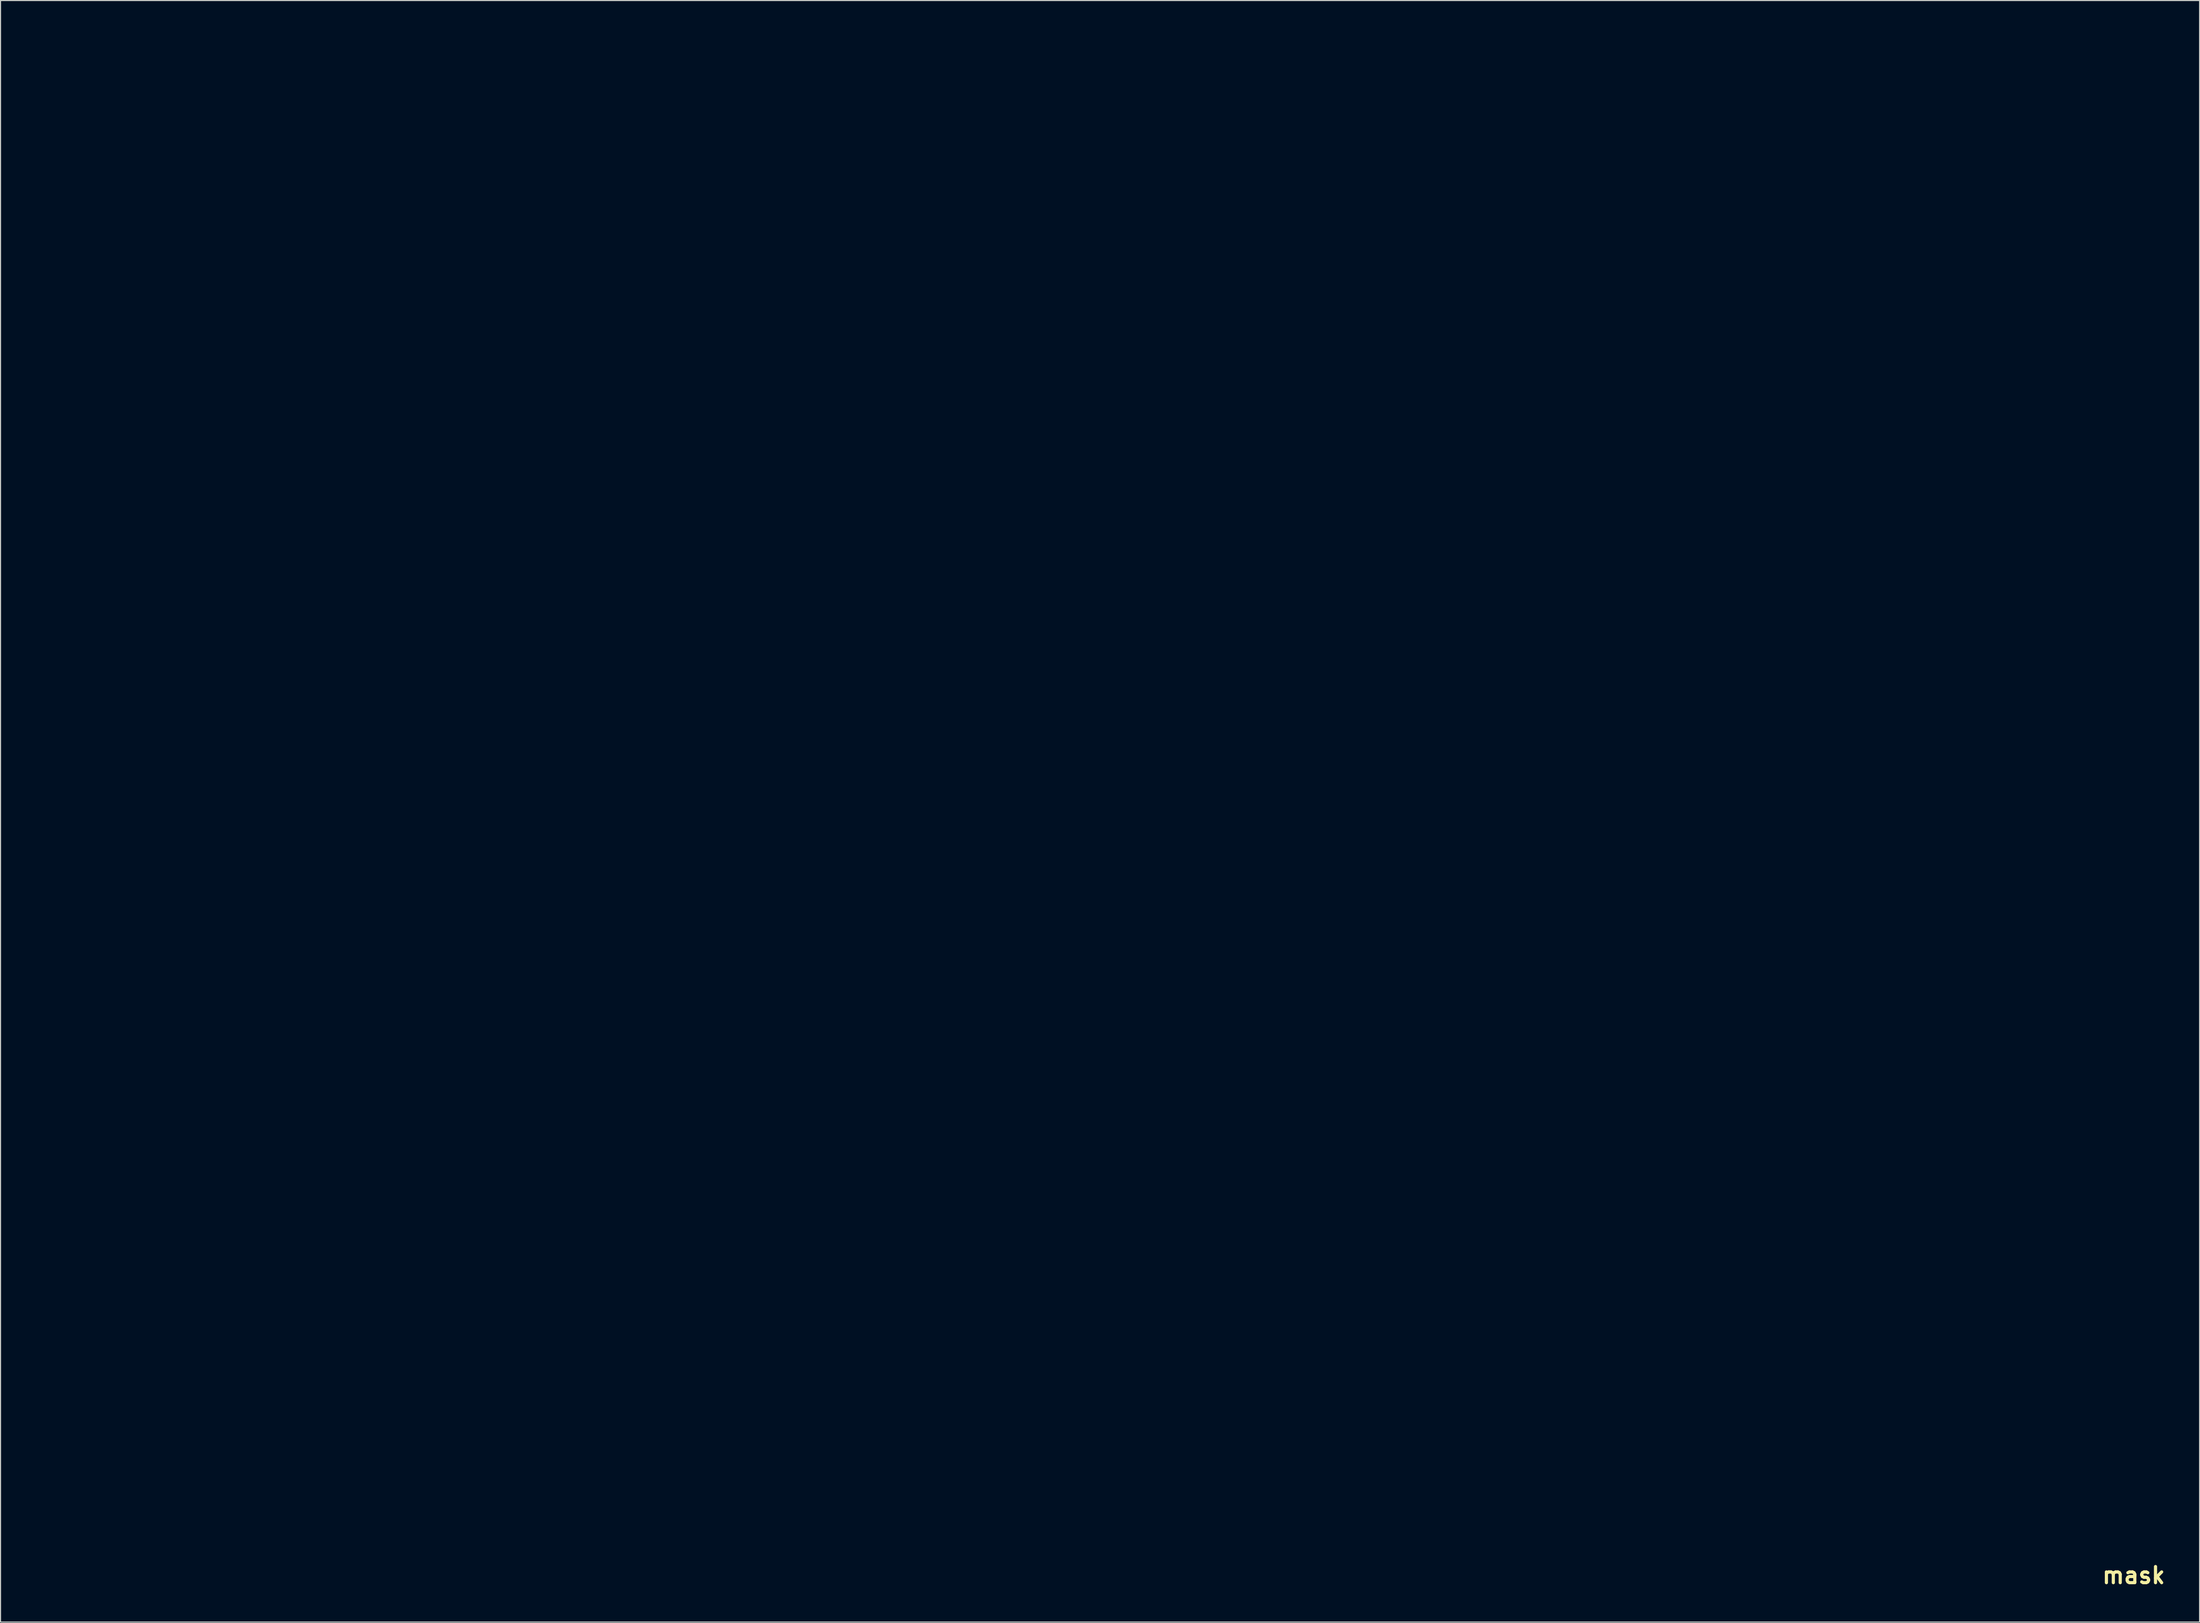
<source format=kicad_pcb>
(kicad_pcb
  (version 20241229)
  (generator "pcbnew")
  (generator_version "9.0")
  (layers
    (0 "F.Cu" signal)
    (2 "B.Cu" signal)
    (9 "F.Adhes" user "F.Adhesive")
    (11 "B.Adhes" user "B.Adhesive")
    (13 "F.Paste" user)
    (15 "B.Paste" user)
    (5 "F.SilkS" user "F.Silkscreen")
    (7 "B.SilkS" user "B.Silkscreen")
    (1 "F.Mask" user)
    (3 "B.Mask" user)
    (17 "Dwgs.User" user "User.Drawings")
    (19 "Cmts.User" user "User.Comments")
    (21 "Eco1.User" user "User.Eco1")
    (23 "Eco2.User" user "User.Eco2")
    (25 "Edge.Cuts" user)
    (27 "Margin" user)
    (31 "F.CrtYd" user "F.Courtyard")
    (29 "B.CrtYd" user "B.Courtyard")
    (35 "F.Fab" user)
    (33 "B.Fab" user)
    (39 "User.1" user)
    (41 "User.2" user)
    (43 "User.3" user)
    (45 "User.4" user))
  (footprint "mask"
    (layer "F.Cu")
    (at 198.776 146)
    (property "Reference" "mask" (at 0 0 0) (layer "F.SilkS") (effects (font (size 1.524 1.524) (thickness 0.3))))
    (attr through_hole)
    (fp_poly (pts (xy -160.564 -145.995) (xy -160.37 -145.991) (xy -160.201 -145.983) (xy -160.049 -145.971) (xy -159.907 -145.953) (xy -159.765 -145.929) (xy -159.616 -145.897) (xy -159.492 -145.867) (xy -159.288 -145.813) (xy -159.091 -145.752) (xy -158.896 -145.681) (xy -158.699 -145.599) (xy -158.497 -145.504) (xy -158.286 -145.394) (xy -158.063 -145.267) (xy -157.822 -145.12) (xy -157.561 -144.952) (xy -157.276 -144.761) (xy -156.962 -144.545) (xy -156.94 -144.529) (xy -156.626 -144.314) (xy -156.339 -144.126) (xy -156.075 -143.963) (xy -155.829 -143.824) (xy -155.598 -143.706) (xy -155.378 -143.607) (xy -155.164 -143.526) (xy -154.954 -143.459) (xy -154.742 -143.406) (xy -154.727 -143.403) (xy -154.568 -143.376) (xy -154.387 -143.359) (xy -154.197 -143.351) (xy -154.009 -143.352) (xy -153.835 -143.364) (xy -153.688 -143.385) (xy -153.659 -143.391) (xy -153.478 -143.441) (xy -153.304 -143.506) (xy -153.15 -143.578) (xy -153.065 -143.629) (xy -152.943 -143.725) (xy -152.814 -143.854) (xy -152.684 -144.009) (xy -152.56 -144.184) (xy -152.552 -144.197) (xy -152.498 -144.28) (xy -152.453 -144.349) (xy -152.422 -144.396) (xy -152.41 -144.416) (xy -152.41 -144.416) (xy -152.388 -144.414) (xy -152.332 -144.406) (xy -152.248 -144.392) (xy -152.144 -144.373) (xy -152.027 -144.351) (xy -151.902 -144.327) (xy -151.778 -144.302) (xy -151.662 -144.278) (xy -151.559 -144.257) (xy -151.478 -144.239) (xy -151.44 -144.229) (xy -151.317 -144.192) (xy -151.191 -144.147) (xy -151.07 -144.097) (xy -150.964 -144.045) (xy -150.881 -143.997) (xy -150.831 -143.957) (xy -150.775 -143.874) (xy -150.728 -143.765) (xy -150.696 -143.648) (xy -150.686 -143.546) (xy -150.693 -143.436) (xy -150.715 -143.324) (xy -150.755 -143.205) (xy -150.814 -143.074) (xy -150.896 -142.925) (xy -151.002 -142.753) (xy -151.082 -142.632) (xy -151.271 -142.359) (xy -151.452 -142.12) (xy -151.632 -141.908) (xy -151.815 -141.716) (xy -152.008 -141.537) (xy -152.083 -141.473) (xy -152.411 -141.222) (xy -152.754 -141.004) (xy -153.108 -140.821) (xy -153.468 -140.676) (xy -153.803 -140.578) (xy -154.02 -140.533) (xy -154.253 -140.5) (xy -154.509 -140.477) (xy -154.795 -140.465) (xy -155.046 -140.462) (xy -155.466 -140.473) (xy -155.856 -140.505) (xy -156.223 -140.561) (xy -156.574 -140.642) (xy -156.915 -140.749) (xy -157.173 -140.848) (xy -157.296 -140.898) (xy -157.386 -140.933) (xy -157.449 -140.955) (xy -157.49 -140.964) (xy -157.515 -140.963) (xy -157.53 -140.953) (xy -157.534 -140.948) (xy -157.545 -140.915) (xy -157.56 -140.853) (xy -157.574 -140.777) (xy -157.599 -140.633) (xy -157.492 -140.611) (xy -157.434 -140.599) (xy -157.345 -140.581) (xy -157.234 -140.559) (xy -157.111 -140.534) (xy -157.036 -140.519) (xy -156.686 -140.45) (xy -156.673 -140.249) (xy -156.669 -140.18) (xy -156.666 -140.075) (xy -156.663 -139.94) (xy -156.66 -139.784) (xy -156.657 -139.612) (xy -156.655 -139.43) (xy -156.654 -139.308) (xy -156.652 -139.091) (xy -156.65 -138.849) (xy -156.647 -138.595) (xy -156.643 -138.342) (xy -156.64 -138.103) (xy -156.636 -137.892) (xy -156.636 -137.87) (xy -156.623 -137.173) (xy -156.062 -136.837) (xy -155.906 -136.743) (xy -155.747 -136.647) (xy -155.593 -136.554) (xy -155.451 -136.468) (xy -155.33 -136.393) (xy -155.237 -136.335) (xy -155.229 -136.331) (xy -154.958 -136.161) (xy -154.605 -136.282) (xy -154.522 -136.311) (xy -154.404 -136.352) (xy -154.255 -136.404) (xy -154.08 -136.466) (xy -153.883 -136.535) (xy -153.669 -136.61) (xy -153.443 -136.689) (xy -153.209 -136.772) (xy -152.972 -136.855) (xy -152.942 -136.866) (xy -152.716 -136.946) (xy -152.503 -137.021) (xy -152.305 -137.091) (xy -152.125 -137.154) (xy -151.967 -137.209) (xy -151.834 -137.255) (xy -151.73 -137.291) (xy -151.658 -137.316) (xy -151.62 -137.328) (xy -151.616 -137.329) (xy -151.602 -137.313) (xy -151.565 -137.264) (xy -151.506 -137.185) (xy -151.427 -137.079) (xy -151.33 -136.948) (xy -151.217 -136.795) (xy -151.089 -136.62) (xy -150.948 -136.427) (xy -150.796 -136.219) (xy -150.633 -135.996) (xy -150.463 -135.763) (xy -150.347 -135.603) (xy -149.093 -133.876) (xy -149.148 -133.82) (xy -149.172 -133.796) (xy -149.225 -133.747) (xy -149.305 -133.675) (xy -149.408 -133.58) (xy -149.532 -133.467) (xy -149.675 -133.338) (xy -149.834 -133.194) (xy -150.006 -133.038) (xy -150.189 -132.872) (xy -150.381 -132.699) (xy -150.387 -132.694) (xy -150.577 -132.522) (xy -150.758 -132.358) (xy -150.927 -132.204) (xy -151.081 -132.063) (xy -151.219 -131.936) (xy -151.338 -131.826) (xy -151.435 -131.735) (xy -151.508 -131.666) (xy -151.555 -131.62) (xy -151.573 -131.6) (xy -151.573 -131.6) (xy -151.569 -131.574) (xy -151.555 -131.513) (xy -151.535 -131.422) (xy -151.508 -131.306) (xy -151.476 -131.17) (xy -151.441 -131.021) (xy -151.403 -130.862) (xy -151.364 -130.7) (xy -151.325 -130.54) (xy -151.288 -130.387) (xy -151.254 -130.246) (xy -151.223 -130.123) (xy -151.198 -130.023) (xy -151.179 -129.951) (xy -151.169 -129.913) (xy -151.167 -129.908) (xy -151.146 -129.9) (xy -151.088 -129.877) (xy -150.997 -129.843) (xy -150.875 -129.796) (xy -150.725 -129.74) (xy -150.55 -129.674) (xy -150.353 -129.601) (xy -150.137 -129.52) (xy -149.906 -129.433) (xy -149.661 -129.342) (xy -149.53 -129.293) (xy -149.279 -129.2) (xy -149.04 -129.11) (xy -148.815 -129.026) (xy -148.607 -128.948) (xy -148.42 -128.878) (xy -148.256 -128.816) (xy -148.119 -128.764) (xy -148.011 -128.723) (xy -147.935 -128.694) (xy -147.894 -128.677) (xy -147.887 -128.674) (xy -147.889 -128.652) (xy -147.897 -128.591) (xy -147.912 -128.496) (xy -147.933 -128.369) (xy -147.959 -128.215) (xy -147.99 -128.036) (xy -148.025 -127.836) (xy -148.063 -127.619) (xy -148.104 -127.388) (xy -148.148 -127.146) (xy -148.193 -126.897) (xy -148.24 -126.645) (xy -148.286 -126.392) (xy -148.333 -126.143) (xy -148.379 -125.9) (xy -148.423 -125.668) (xy -148.432 -125.618) (xy -148.465 -125.448) (xy -148.497 -125.28) (xy -148.528 -125.12) (xy -148.555 -124.978) (xy -148.577 -124.861) (xy -148.593 -124.777) (xy -148.594 -124.772) (xy -148.614 -124.672) (xy -148.63 -124.606) (xy -148.644 -124.568) (xy -148.66 -124.549) (xy -148.68 -124.545) (xy -148.682 -124.545) (xy -148.716 -124.546) (xy -148.786 -124.549) (xy -148.89 -124.553) (xy -149.023 -124.559) (xy -149.181 -124.567) (xy -149.358 -124.575) (xy -149.55 -124.585) (xy -149.753 -124.595) (xy -149.962 -124.605) (xy -150.173 -124.615) (xy -150.381 -124.626) (xy -150.582 -124.636) (xy -150.771 -124.646) (xy -150.944 -124.655) (xy -151.056 -124.661) (xy -151.223 -124.67) (xy -151.389 -124.678) (xy -151.544 -124.687) (xy -151.681 -124.694) (xy -151.791 -124.7) (xy -151.86 -124.703) (xy -152.072 -124.715) (xy -152.209 -124.531) (xy -152.256 -124.468) (xy -152.325 -124.378) (xy -152.411 -124.266) (xy -152.509 -124.137) (xy -152.616 -123.998) (xy -152.728 -123.853) (xy -152.788 -123.775) (xy -152.922 -123.6) (xy -153.032 -123.453) (xy -153.118 -123.335) (xy -153.177 -123.248) (xy -153.211 -123.191) (xy -153.219 -123.168) (xy -153.201 -123.124) (xy -153.162 -123.048) (xy -153.105 -122.943) (xy -153.031 -122.813) (xy -152.943 -122.662) (xy -152.843 -122.492) (xy -152.732 -122.308) (xy -152.613 -122.112) (xy -152.488 -121.909) (xy -152.36 -121.701) (xy -152.229 -121.493) (xy -152.099 -121.288) (xy -151.972 -121.089) (xy -151.93 -121.025) (xy -151.854 -120.906) (xy -151.787 -120.798) (xy -151.733 -120.707) (xy -151.693 -120.638) (xy -151.673 -120.596) (xy -151.67 -120.585) (xy -151.688 -120.57) (xy -151.734 -120.529) (xy -151.807 -120.466) (xy -151.903 -120.383) (xy -152.021 -120.282) (xy -152.156 -120.167) (xy -152.306 -120.038) (xy -152.468 -119.899) (xy -152.639 -119.753) (xy -152.817 -119.601) (xy -152.998 -119.447) (xy -153.18 -119.292) (xy -153.359 -119.139) (xy -153.534 -118.99) (xy -153.7 -118.849) (xy -153.855 -118.717) (xy -153.996 -118.597) (xy -154.121 -118.491) (xy -154.226 -118.402) (xy -154.308 -118.333) (xy -154.366 -118.285) (xy -154.394 -118.262) (xy -154.408 -118.255) (xy -154.429 -118.258) (xy -154.461 -118.272) (xy -154.507 -118.3) (xy -154.572 -118.345) (xy -154.66 -118.409) (xy -154.774 -118.495) (xy -154.855 -118.556) (xy -154.982 -118.652) (xy -155.093 -118.732) (xy -155.184 -118.795) (xy -155.25 -118.838) (xy -155.289 -118.859) (xy -155.298 -118.86) (xy -155.318 -118.833) (xy -155.356 -118.777) (xy -155.41 -118.697) (xy -155.475 -118.598) (xy -155.548 -118.485) (xy -155.626 -118.365) (xy -155.705 -118.242) (xy -155.782 -118.122) (xy -155.853 -118.01) (xy -155.915 -117.911) (xy -155.965 -117.832) (xy -155.998 -117.777) (xy -156.012 -117.751) (xy -156.012 -117.751) (xy -156.006 -117.725) (xy -155.986 -117.664) (xy -155.953 -117.571) (xy -155.91 -117.45) (xy -155.856 -117.304) (xy -155.794 -117.137) (xy -155.725 -116.953) (xy -155.651 -116.756) (xy -155.61 -116.65) (xy -155.52 -116.414) (xy -155.443 -116.215) (xy -155.379 -116.05) (xy -155.325 -115.915) (xy -155.282 -115.807) (xy -155.246 -115.724) (xy -155.218 -115.662) (xy -155.196 -115.618) (xy -155.178 -115.59) (xy -155.164 -115.573) (xy -155.151 -115.565) (xy -155.15 -115.565) (xy -155.119 -115.558) (xy -155.05 -115.543) (xy -154.95 -115.523) (xy -154.822 -115.497) (xy -154.67 -115.467) (xy -154.501 -115.433) (xy -154.317 -115.397) (xy -154.22 -115.378) (xy -152.944 -115.123) (xy -151.701 -114.859) (xy -150.485 -114.584) (xy -149.286 -114.298) (xy -148.097 -113.996) (xy -146.911 -113.679) (xy -145.718 -113.343) (xy -144.512 -112.986) (xy -143.542 -112.689) (xy -143.375 -112.636) (xy -143.173 -112.571) (xy -142.941 -112.496) (xy -142.683 -112.412) (xy -142.404 -112.321) (xy -142.11 -112.224) (xy -141.804 -112.123) (xy -141.491 -112.019) (xy -141.177 -111.914) (xy -140.867 -111.81) (xy -140.564 -111.709) (xy -140.274 -111.611) (xy -140.002 -111.519) (xy -139.752 -111.433) (xy -139.529 -111.357) (xy -139.385 -111.307) (xy -139.228 -111.252) (xy -139.082 -111.203) (xy -138.953 -111.159) (xy -138.846 -111.124) (xy -138.767 -111.099) (xy -138.719 -111.085) (xy -138.708 -111.083) (xy -138.679 -111.09) (xy -138.617 -111.11) (xy -138.526 -111.141) (xy -138.412 -111.181) (xy -138.282 -111.228) (xy -138.155 -111.274) (xy -137.705 -111.434) (xy -137.283 -111.573) (xy -136.882 -111.691) (xy -136.495 -111.792) (xy -136.115 -111.877) (xy -135.734 -111.947) (xy -135.395 -111.998) (xy -135.233 -112.016) (xy -135.039 -112.03) (xy -134.821 -112.04) (xy -134.588 -112.046) (xy -134.348 -112.049) (xy -134.11 -112.048) (xy -133.882 -112.043) (xy -133.673 -112.033) (xy -133.491 -112.02) (xy -133.371 -112.007) (xy -132.822 -111.914) (xy -132.299 -111.788) (xy -131.799 -111.629) (xy -131.321 -111.434) (xy -130.863 -111.204) (xy -130.423 -110.937) (xy -129.999 -110.634) (xy -129.906 -110.561) (xy -129.785 -110.459) (xy -129.647 -110.336) (xy -129.5 -110.199) (xy -129.353 -110.056) (xy -129.213 -109.914) (xy -129.089 -109.783) (xy -128.989 -109.67) (xy -128.979 -109.658) (xy -128.831 -109.479) (xy -128.64 -109.465) (xy -127.915 -109.397) (xy -127.223 -109.304) (xy -126.563 -109.185) (xy -125.935 -109.041) (xy -125.336 -108.871) (xy -124.766 -108.674) (xy -124.224 -108.451) (xy -123.709 -108.201) (xy -123.219 -107.924) (xy -123.102 -107.851) (xy -122.717 -107.59) (xy -122.353 -107.307) (xy -122.014 -107.006) (xy -121.702 -106.689) (xy -121.422 -106.361) (xy -121.175 -106.025) (xy -120.964 -105.684) (xy -120.825 -105.41) (xy -120.601 -104.906) (xy -120.407 -104.43) (xy -120.242 -103.979) (xy -120.105 -103.552) (xy -119.996 -103.147) (xy -119.914 -102.761) (xy -119.859 -102.393) (xy -119.83 -102.04) (xy -119.825 -101.822) (xy -119.825 -101.755) (xy -119.824 -101.704) (xy -119.818 -101.661) (xy -119.803 -101.624) (xy -119.775 -101.587) (xy -119.73 -101.544) (xy -119.663 -101.49) (xy -119.572 -101.422) (xy -119.452 -101.333) (xy -119.433 -101.318) (xy -119.175 -101.118) (xy -118.897 -100.887) (xy -118.602 -100.629) (xy -118.297 -100.348) (xy -117.983 -100.049) (xy -117.667 -99.735) (xy -117.351 -99.41) (xy -117.093 -99.134) (xy -117.039 -99.076) (xy -116.961 -98.994) (xy -116.866 -98.895) (xy -116.76 -98.785) (xy -116.649 -98.67) (xy -116.586 -98.605) (xy -115.926 -97.909) (xy -115.306 -97.219) (xy -114.723 -96.531) (xy -114.175 -95.842) (xy -113.66 -95.151) (xy -113.176 -94.452) (xy -112.72 -93.745) (xy -112.291 -93.025) (xy -111.886 -92.29) (xy -111.664 -91.86) (xy -111.434 -91.385) (xy -111.217 -90.897) (xy -111.011 -90.393) (xy -110.816 -89.869) (xy -110.631 -89.323) (xy -110.455 -88.751) (xy -110.286 -88.151) (xy -110.124 -87.518) (xy -109.968 -86.851) (xy -109.817 -86.145) (xy -109.773 -85.926) (xy -109.661 -85.345) (xy -109.552 -84.728) (xy -109.446 -84.083) (xy -109.343 -83.415) (xy -109.246 -82.732) (xy -109.154 -82.04) (xy -109.069 -81.346) (xy -108.992 -80.657) (xy -108.923 -79.979) (xy -108.862 -79.319) (xy -108.812 -78.685) (xy -108.773 -78.081) (xy -108.771 -78.049) (xy -108.765 -77.94) (xy -108.913 -77.927) (xy -109.057 -77.917) (xy -109.239 -77.908) (xy -109.454 -77.899) (xy -109.699 -77.892) (xy -109.968 -77.884) (xy -110.258 -77.878) (xy -110.563 -77.872) (xy -110.88 -77.868) (xy -111.205 -77.864) (xy -111.531 -77.861) (xy -111.857 -77.859) (xy -112.176 -77.859) (xy -112.484 -77.859) (xy -112.778 -77.86) (xy -113.052 -77.863) (xy -113.302 -77.867) (xy -113.525 -77.872) (xy -113.715 -77.878) (xy -113.765 -77.881) (xy -114.172 -77.899) (xy -114.109 -77.711) (xy -114.017 -77.425) (xy -113.925 -77.108) (xy -113.835 -76.771) (xy -113.75 -76.427) (xy -113.674 -76.085) (xy -113.608 -75.758) (xy -113.604 -75.734) (xy -113.521 -75.252) (xy -113.454 -74.777) (xy -113.4 -74.302) (xy -113.359 -73.817) (xy -113.331 -73.311) (xy -113.314 -72.776) (xy -113.312 -72.676) (xy -113.314 -71.826) (xy -113.351 -70.972) (xy -113.421 -70.124) (xy -113.523 -69.287) (xy -113.658 -68.47) (xy -113.676 -68.374) (xy -113.707 -68.217) (xy -113.731 -68.097) (xy -113.752 -68.01) (xy -113.769 -67.95) (xy -113.784 -67.912) (xy -113.8 -67.892) (xy -113.817 -67.885) (xy -113.829 -67.886) (xy -113.869 -67.889) (xy -113.936 -67.892) (xy -114.004 -67.895) (xy -114.06 -67.898) (xy -114.152 -67.901) (xy -114.273 -67.906) (xy -114.416 -67.911) (xy -114.574 -67.916) (xy -114.742 -67.922) (xy -114.787 -67.924) (xy -115.132 -67.936) (xy -115.482 -67.95) (xy -115.837 -67.964) (xy -116.2 -67.98) (xy -116.572 -67.996) (xy -116.956 -68.014) (xy -117.353 -68.034) (xy -117.765 -68.055) (xy -118.194 -68.078) (xy -118.641 -68.102) (xy -119.109 -68.128) (xy -119.6 -68.156) (xy -120.115 -68.187) (xy -120.656 -68.219) (xy -121.225 -68.254) (xy -121.825 -68.291) (xy -122.455 -68.33) (xy -123.12 -68.372) (xy -123.82 -68.417) (xy -124.557 -68.464) (xy -125.334 -68.515) (xy -125.846 -68.548) (xy -126.67 -68.602) (xy -127.455 -68.652) (xy -128.203 -68.699) (xy -128.918 -68.743) (xy -129.601 -68.784) (xy -130.257 -68.823) (xy -130.889 -68.859) (xy -131.498 -68.893) (xy -132.087 -68.924) (xy -132.661 -68.954) (xy -133.221 -68.981) (xy -133.77 -69.007) (xy -134.312 -69.031) (xy -134.848 -69.053) (xy -135.383 -69.074) (xy -135.919 -69.094) (xy -136.458 -69.113) (xy -137.004 -69.131) (xy -137.107 -69.134) (xy -137.278 -69.139) (xy -137.482 -69.143) (xy -137.717 -69.147) (xy -137.978 -69.15) (xy -138.261 -69.153) (xy -138.563 -69.155) (xy -138.88 -69.157) (xy -139.208 -69.159) (xy -139.543 -69.16) (xy -139.881 -69.16) (xy -140.219 -69.16) (xy -140.553 -69.16) (xy -140.879 -69.159) (xy -141.193 -69.158) (xy -141.492 -69.156) (xy -141.771 -69.154) (xy -142.026 -69.151) (xy -142.255 -69.148) (xy -142.453 -69.144) (xy -142.616 -69.14) (xy -142.741 -69.135) (xy -142.743 -69.135) (xy -143.072 -69.124) (xy -143.375 -69.121) (xy -143.667 -69.128) (xy -143.727 -69.131) (xy -144.659 -69.17) (xy -145.63 -69.205) (xy -146.637 -69.238) (xy -147.676 -69.268) (xy -148.744 -69.294) (xy -149.838 -69.317) (xy -150.955 -69.337) (xy -152.091 -69.353) (xy -153.243 -69.366) (xy -154.408 -69.376) (xy -155.583 -69.382) (xy -156.764 -69.385) (xy -157.948 -69.384) (xy -159.131 -69.38) (xy -160.311 -69.372) (xy -161.485 -69.36) (xy -162.648 -69.345) (xy -163.798 -69.327) (xy -164.126 -69.321) (xy -165.869 -69.284) (xy -167.649 -69.239) (xy -169.462 -69.186) (xy -171.303 -69.125) (xy -173.169 -69.056) (xy -175.055 -68.98) (xy -176.957 -68.896) (xy -178.871 -68.805) (xy -180.793 -68.707) (xy -182.717 -68.602) (xy -184.641 -68.491) (xy -186.298 -68.39) (xy -186.487 -68.379) (xy -186.716 -68.368) (xy -186.983 -68.357) (xy -187.286 -68.345) (xy -187.623 -68.333) (xy -187.992 -68.322) (xy -188.39 -68.31) (xy -188.584 -68.305) (xy -188.959 -68.295) (xy -189.293 -68.286) (xy -189.591 -68.278) (xy -189.856 -68.271) (xy -190.09 -68.264) (xy -190.295 -68.258) (xy -190.476 -68.253) (xy -190.634 -68.248) (xy -190.773 -68.244) (xy -190.896 -68.24) (xy -191.005 -68.237) (xy -191.104 -68.233) (xy -191.194 -68.23) (xy -191.28 -68.226) (xy -191.363 -68.223) (xy -191.44 -68.219) (xy -191.578 -68.214) (xy -191.702 -68.209) (xy -191.806 -68.206) (xy -191.882 -68.205) (xy -191.925 -68.206) (xy -191.933 -68.207) (xy -191.933 -68.23) (xy -191.925 -68.286) (xy -191.912 -68.369) (xy -191.894 -68.469) (xy -191.889 -68.499) (xy -191.763 -69.194) (xy -191.648 -69.905) (xy -191.543 -70.624) (xy -191.45 -71.345) (xy -191.368 -72.06) (xy -191.3 -72.762) (xy -191.246 -73.444) (xy -191.207 -74.1) (xy -191.186 -74.616) (xy -191.172 -75.074) (xy -191.794 -75.386) (xy -191.953 -75.466) (xy -192.109 -75.545) (xy -192.256 -75.62) (xy -192.386 -75.687) (xy -192.493 -75.743) (xy -192.572 -75.785) (xy -192.595 -75.798) (xy -192.823 -75.928) (xy -193.053 -76.067) (xy -193.289 -76.218) (xy -193.534 -76.383) (xy -193.793 -76.565) (xy -194.068 -76.767) (xy -194.365 -76.99) (xy -194.686 -77.239) (xy -194.923 -77.425) (xy -195.356 -77.767) (xy -195.639 -77.753) (xy -195.922 -77.739) (xy -195.909 -77.832) (xy -195.906 -77.863) (xy -195.899 -77.933) (xy -195.889 -78.041) (xy -195.875 -78.183) (xy -195.859 -78.358) (xy -195.839 -78.564) (xy -195.817 -78.797) (xy -195.793 -79.057) (xy -195.766 -79.34) (xy -195.738 -79.644) (xy -195.708 -79.967) (xy -195.676 -80.306) (xy -195.643 -80.66) (xy -195.609 -81.026) (xy -195.574 -81.402) (xy -195.538 -81.786) (xy -195.502 -82.174) (xy -195.466 -82.566) (xy -195.429 -82.958) (xy -195.393 -83.348) (xy -195.357 -83.735) (xy -195.322 -84.115) (xy -195.287 -84.487) (xy -195.254 -84.848) (xy -195.222 -85.196) (xy -195.191 -85.529) (xy -195.162 -85.844) (xy -195.135 -86.139) (xy -195.11 -86.411) (xy -195.087 -86.66) (xy -195.067 -86.881) (xy -195.049 -87.073) (xy -195.035 -87.234) (xy -195.023 -87.362) (xy -195.015 -87.453) (xy -195.011 -87.507) (xy -195.01 -87.52) (xy -195.028 -87.544) (xy -195.081 -87.589) (xy -195.165 -87.652) (xy -195.281 -87.732) (xy -195.407 -87.816) (xy -195.791 -88.082) (xy -196.14 -88.352) (xy -196.454 -88.625) (xy -196.73 -88.9) (xy -196.967 -89.174) (xy -197.152 -89.429) (xy -197.25 -89.592) (xy -197.348 -89.781) (xy -197.439 -89.978) (xy -197.515 -90.169) (xy -197.547 -90.265) (xy -197.596 -90.433) (xy -197.635 -90.595) (xy -197.664 -90.759) (xy -197.686 -90.935) (xy -197.7 -91.131) (xy -197.71 -91.356) (xy -197.712 -91.465) (xy -197.712 -91.847) (xy -197.695 -92.193) (xy -197.659 -92.508) (xy -197.603 -92.796) (xy -197.525 -93.061) (xy -197.425 -93.307) (xy -197.301 -93.538) (xy -197.151 -93.757) (xy -196.975 -93.971) (xy -196.835 -94.117) (xy -196.663 -94.28) (xy -196.487 -94.424) (xy -196.298 -94.557) (xy -196.09 -94.681) (xy -195.856 -94.803) (xy -195.601 -94.921) (xy -195.492 -94.97) (xy -195.396 -95.013) (xy -195.32 -95.049) (xy -195.271 -95.072) (xy -195.256 -95.081) (xy -195.245 -95.104) (xy -195.227 -95.159) (xy -195.204 -95.235) (xy -195.178 -95.323) (xy -195.152 -95.414) (xy -195.129 -95.499) (xy -195.111 -95.569) (xy -195.102 -95.613) (xy -195.101 -95.625) (xy -195.121 -95.618) (xy -195.169 -95.596) (xy -195.236 -95.562) (xy -195.264 -95.547) (xy -195.439 -95.467) (xy -195.615 -95.411) (xy -195.805 -95.377) (xy -195.993 -95.362) (xy -196.248 -95.365) (xy -196.492 -95.397) (xy -196.732 -95.461) (xy -196.974 -95.558) (xy -197.224 -95.691) (xy -197.402 -95.802) (xy -197.522 -95.891) (xy -197.658 -96.006) (xy -197.804 -96.139) (xy -197.949 -96.283) (xy -198.087 -96.429) (xy -198.21 -96.57) (xy -198.308 -96.698) (xy -198.329 -96.727) (xy -198.496 -97.002) (xy -198.625 -97.274) (xy -198.714 -97.541) (xy -198.763 -97.802) (xy -198.771 -98.056) (xy -198.74 -98.301) (xy -198.736 -98.32) (xy -198.633 -98.73) (xy -198.525 -99.101) (xy -198.41 -99.434) (xy -198.287 -99.732) (xy -198.156 -99.996) (xy -198.015 -100.229) (xy -197.864 -100.433) (xy -197.761 -100.548) (xy -197.565 -100.728) (xy -197.338 -100.888) (xy -197.093 -101.021) (xy -196.839 -101.122) (xy -196.711 -101.159) (xy -196.573 -101.185) (xy -196.412 -101.202) (xy -196.242 -101.209) (xy -196.075 -101.207) (xy -195.924 -101.195) (xy -195.8 -101.173) (xy -195.792 -101.171) (xy -195.55 -101.085) (xy -195.309 -100.958) (xy -195.069 -100.791) (xy -194.832 -100.585) (xy -194.729 -100.481) (xy -194.526 -100.27) (xy -194.509 -100.538) (xy -194.504 -100.643) (xy -194.5 -100.785) (xy -194.497 -100.96) (xy -194.495 -101.161) (xy -194.493 -101.385) (xy -194.493 -101.626) (xy -194.493 -101.879) (xy -194.494 -102.14) (xy -194.496 -102.402) (xy -194.498 -102.662) (xy -194.501 -102.913) (xy -194.505 -103.152) (xy -194.51 -103.372) (xy -194.515 -103.57) (xy -194.518 -103.653) (xy -194.542 -104.296) (xy -194.566 -104.926) (xy -194.591 -105.541) (xy -194.617 -106.138) (xy -194.643 -106.713) (xy -194.669 -107.264) (xy -194.696 -107.789) (xy -194.723 -108.283) (xy -194.75 -108.744) (xy -194.776 -109.17) (xy -194.803 -109.557) (xy -194.808 -109.633) (xy -194.818 -109.765) (xy -194.826 -109.885) (xy -194.833 -109.986) (xy -194.837 -110.06) (xy -194.839 -110.1) (xy -194.839 -110.102) (xy -194.848 -110.132) (xy -194.88 -110.157) (xy -194.943 -110.182) (xy -194.95 -110.185) (xy -195.079 -110.231) (xy -195.235 -110.293) (xy -195.408 -110.366) (xy -195.586 -110.446) (xy -195.759 -110.527) (xy -195.853 -110.573) (xy -196.275 -110.802) (xy -196.658 -111.047) (xy -197.002 -111.308) (xy -197.308 -111.585) (xy -197.574 -111.878) (xy -197.802 -112.187) (xy -197.99 -112.512) (xy -198.139 -112.852) (xy -198.215 -113.083) (xy -198.259 -113.246) (xy -198.292 -113.393) (xy -198.315 -113.535) (xy -198.33 -113.684) (xy -198.338 -113.851) (xy -198.34 -114.048) (xy -198.34 -114.067) (xy -198.324 -114.515) (xy -198.282 -114.962) (xy -198.213 -115.403) (xy -198.12 -115.832) (xy -198.003 -116.244) (xy -197.864 -116.632) (xy -197.704 -116.992) (xy -197.583 -117.219) (xy -197.449 -117.441) (xy -197.31 -117.64) (xy -197.157 -117.83) (xy -196.98 -118.022) (xy -196.914 -118.09) (xy -196.667 -118.32) (xy -196.421 -118.517) (xy -196.165 -118.686) (xy -195.89 -118.833) (xy -195.584 -118.967) (xy -195.58 -118.968) (xy -195.483 -119.007) (xy -195.42 -119.035) (xy -195.383 -119.058) (xy -195.367 -119.078) (xy -195.364 -119.1) (xy -195.365 -119.107) (xy -195.37 -119.141) (xy -195.383 -119.211) (xy -195.402 -119.309) (xy -195.425 -119.431) (xy -195.451 -119.569) (xy -195.474 -119.687) (xy -195.521 -119.933) (xy -195.559 -120.139) (xy -195.588 -120.306) (xy -195.608 -120.434) (xy -195.618 -120.524) (xy -195.621 -120.578) (xy -195.619 -120.589) (xy -195.595 -120.598) (xy -195.531 -120.604) (xy -195.426 -120.605) (xy -195.284 -120.603) (xy -195.104 -120.597) (xy -194.888 -120.588) (xy -194.637 -120.575) (xy -194.353 -120.559) (xy -194.036 -120.539) (xy -193.688 -120.516) (xy -193.31 -120.49) (xy -192.904 -120.461) (xy -192.47 -120.43) (xy -192.011 -120.395) (xy -191.526 -120.357) (xy -191.017 -120.317) (xy -190.486 -120.275) (xy -189.933 -120.229) (xy -189.361 -120.182) (xy -188.77 -120.132) (xy -188.161 -120.08) (xy -187.535 -120.025) (xy -186.895 -119.969) (xy -186.341 -119.92) (xy -186.13 -119.901) (xy -185.931 -119.883) (xy -185.746 -119.866) (xy -185.581 -119.851) (xy -185.439 -119.837) (xy -185.325 -119.827) (xy -185.245 -119.819) (xy -185.201 -119.814) (xy -185.198 -119.814) (xy -185.113 -119.802) (xy -185.01 -120.052) (xy -184.942 -120.207) (xy -184.858 -120.386) (xy -184.765 -120.577) (xy -184.666 -120.77) (xy -184.568 -120.953) (xy -184.476 -121.118) (xy -184.403 -121.239) (xy -184.24 -121.485) (xy -184.063 -121.727) (xy -183.878 -121.956) (xy -183.691 -122.166) (xy -183.51 -122.348) (xy -183.418 -122.43) (xy -183.092 -122.683) (xy -182.747 -122.899) (xy -182.386 -123.078) (xy -182.009 -123.218) (xy -181.621 -123.318) (xy -181.224 -123.379) (xy -180.819 -123.398) (xy -180.679 -123.395) (xy -180.251 -123.361) (xy -179.845 -123.293) (xy -179.46 -123.188) (xy -179.094 -123.048) (xy -178.746 -122.87) (xy -178.414 -122.654) (xy -178.096 -122.4) (xy -177.791 -122.106) (xy -177.497 -121.772) (xy -177.458 -121.724) (xy -177.379 -121.622) (xy -177.299 -121.514) (xy -177.216 -121.395) (xy -177.127 -121.263) (xy -177.031 -121.113) (xy -176.925 -120.944) (xy -176.808 -120.752) (xy -176.678 -120.534) (xy -176.533 -120.286) (xy -176.37 -120.005) (xy -176.296 -119.877) (xy -176.186 -119.686) (xy -176.082 -119.506) (xy -175.986 -119.34) (xy -175.901 -119.192) (xy -175.828 -119.065) (xy -175.768 -118.963) (xy -175.725 -118.888) (xy -175.7 -118.844) (xy -175.693 -118.834) (xy -175.672 -118.83) (xy -175.612 -118.822) (xy -175.515 -118.81) (xy -175.384 -118.793) (xy -175.224 -118.773) (xy -175.035 -118.749) (xy -174.821 -118.723) (xy -174.586 -118.694) (xy -174.331 -118.663) (xy -174.059 -118.629) (xy -173.775 -118.595) (xy -173.627 -118.577) (xy -171.566 -118.326) (xy -171.499 -118.393) (xy -171.475 -118.418) (xy -171.425 -118.473) (xy -171.352 -118.555) (xy -171.257 -118.662) (xy -171.143 -118.79) (xy -171.011 -118.939) (xy -170.864 -119.104) (xy -170.705 -119.285) (xy -170.534 -119.478) (xy -170.355 -119.682) (xy -170.194 -119.864) (xy -168.956 -121.268) (xy -169.066 -121.41) (xy -169.129 -121.494) (xy -169.192 -121.582) (xy -169.242 -121.656) (xy -169.246 -121.662) (xy -169.285 -121.72) (xy -169.315 -121.759) (xy -169.328 -121.772) (xy -169.349 -121.763) (xy -169.404 -121.739) (xy -169.487 -121.701) (xy -169.595 -121.652) (xy -169.721 -121.593) (xy -169.862 -121.528) (xy -169.91 -121.506) (xy -170.136 -121.401) (xy -170.357 -121.302) (xy -170.567 -121.21) (xy -170.764 -121.126) (xy -170.944 -121.053) (xy -171.102 -120.99) (xy -171.236 -120.941) (xy -171.342 -120.905) (xy -171.415 -120.886) (xy -171.442 -120.883) (xy -171.464 -120.9) (xy -171.508 -120.949) (xy -171.571 -121.027) (xy -171.65 -121.13) (xy -171.743 -121.255) (xy -171.848 -121.4) (xy -171.963 -121.56) (xy -172.084 -121.732) (xy -172.211 -121.914) (xy -172.339 -122.102) (xy -172.468 -122.292) (xy -172.504 -122.347) (xy -172.684 -122.616) (xy -172.844 -122.854) (xy -172.989 -123.066) (xy -173.12 -123.256) (xy -173.241 -123.429) (xy -173.356 -123.589) (xy -173.468 -123.742) (xy -173.56 -123.866) (xy -173.637 -123.97) (xy -173.69 -124.046) (xy -173.722 -124.098) (xy -173.736 -124.132) (xy -173.734 -124.151) (xy -173.731 -124.155) (xy -173.709 -124.175) (xy -173.659 -124.219) (xy -173.585 -124.283) (xy -173.491 -124.365) (xy -173.381 -124.461) (xy -173.26 -124.567) (xy -173.184 -124.633) (xy -172.838 -124.933) (xy -172.519 -125.211) (xy -172.225 -125.468) (xy -171.959 -125.702) (xy -171.719 -125.913) (xy -171.508 -126.101) (xy -171.326 -126.264) (xy -171.172 -126.403) (xy -171.048 -126.516) (xy -170.955 -126.604) (xy -170.892 -126.666) (xy -170.861 -126.701) (xy -170.857 -126.709) (xy -170.862 -126.738) (xy -170.876 -126.803) (xy -170.897 -126.9) (xy -170.924 -127.021) (xy -170.957 -127.163) (xy -170.994 -127.319) (xy -171.015 -127.408) (xy -171.056 -127.583) (xy -171.096 -127.757) (xy -171.133 -127.922) (xy -171.166 -128.07) (xy -171.193 -128.196) (xy -171.212 -128.29) (xy -171.216 -128.311) (xy -171.234 -128.408) (xy -171.252 -128.489) (xy -171.266 -128.545) (xy -171.275 -128.567) (xy -171.297 -128.577) (xy -171.355 -128.6) (xy -171.447 -128.637) (xy -171.568 -128.686) (xy -171.717 -128.745) (xy -171.89 -128.813) (xy -172.084 -128.89) (xy -172.296 -128.973) (xy -172.523 -129.062) (xy -172.762 -129.156) (xy -172.794 -129.168) (xy -173.036 -129.263) (xy -173.267 -129.354) (xy -173.485 -129.439) (xy -173.686 -129.518) (xy -173.867 -129.589) (xy -174.025 -129.651) (xy -174.156 -129.702) (xy -174.258 -129.742) (xy -174.328 -129.77) (xy -174.361 -129.783) (xy -174.363 -129.784) (xy -174.428 -129.81) (xy -174.147 -131.49) (xy -174.103 -131.754) (xy -174.06 -132.007) (xy -174.019 -132.246) (xy -173.98 -132.468) (xy -173.945 -132.67) (xy -173.913 -132.848) (xy -173.886 -132.998) (xy -173.863 -133.119) (xy -173.846 -133.205) (xy -173.835 -133.254) (xy -173.833 -133.262) (xy -173.739 -133.467) (xy -173.612 -133.655) (xy -173.536 -133.741) (xy -173.408 -133.874) (xy -172.582 -133.846) (xy -172.261 -133.835) (xy -171.933 -133.824) (xy -171.608 -133.812) (xy -171.292 -133.8) (xy -170.992 -133.788) (xy -170.715 -133.777) (xy -170.469 -133.767) (xy -170.339 -133.761) (xy -170.085 -133.749) (xy -169.945 -133.946) (xy -169.899 -134.011) (xy -169.838 -134.099) (xy -169.763 -134.205) (xy -169.68 -134.325) (xy -169.591 -134.454) (xy -169.499 -134.586) (xy -169.408 -134.718) (xy -169.321 -134.843) (xy -169.243 -134.957) (xy -169.175 -135.056) (xy -169.121 -135.133) (xy -169.086 -135.186) (xy -169.072 -135.207) (xy -169.079 -135.23) (xy -169.104 -135.288) (xy -169.146 -135.379) (xy -169.205 -135.5) (xy -169.278 -135.65) (xy -169.364 -135.826) (xy -169.464 -136.025) (xy -169.574 -136.245) (xy -169.695 -136.483) (xy -169.809 -136.708) (xy -169.928 -136.94) (xy -170.04 -137.162) (xy -170.144 -137.37) (xy -170.24 -137.561) (xy -170.325 -137.733) (xy -170.399 -137.882) (xy -170.459 -138.006) (xy -170.504 -138.102) (xy -170.534 -138.166) (xy -170.546 -138.197) (xy -170.546 -138.199) (xy -170.523 -138.214) (xy -170.468 -138.248) (xy -170.381 -138.299) (xy -170.268 -138.366) (xy -170.13 -138.447) (xy -169.97 -138.54) (xy -169.792 -138.644) (xy -169.598 -138.757) (xy -169.392 -138.877) (xy -169.176 -139.002) (xy -168.953 -139.132) (xy -168.727 -139.263) (xy -168.5 -139.394) (xy -168.275 -139.524) (xy -168.055 -139.651) (xy -167.843 -139.773) (xy -167.643 -139.889) (xy -167.456 -139.996) (xy -167.287 -140.093) (xy -167.137 -140.179) (xy -167.011 -140.251) (xy -166.91 -140.308) (xy -166.839 -140.348) (xy -166.799 -140.369) (xy -166.791 -140.373) (xy -166.772 -140.357) (xy -166.726 -140.316) (xy -166.654 -140.251) (xy -166.56 -140.165) (xy -166.447 -140.062) (xy -166.318 -139.943) (xy -166.176 -139.812) (xy -166.024 -139.671) (xy -165.865 -139.524) (xy -165.701 -139.372) (xy -165.537 -139.219) (xy -165.374 -139.068) (xy -165.216 -138.92) (xy -165.066 -138.78) (xy -164.926 -138.649) (xy -164.801 -138.53) (xy -164.734 -138.467) (xy -164.617 -138.357) (xy -164.508 -138.257) (xy -164.413 -138.171) (xy -164.335 -138.102) (xy -164.277 -138.053) (xy -164.245 -138.03) (xy -164.24 -138.028) (xy -164.213 -138.031) (xy -164.148 -138.041) (xy -164.053 -138.056) (xy -163.931 -138.076) (xy -163.788 -138.1) (xy -163.629 -138.127) (xy -163.517 -138.146) (xy -163.337 -138.177) (xy -163.156 -138.207) (xy -162.984 -138.236) (xy -162.828 -138.262) (xy -162.695 -138.283) (xy -162.593 -138.3) (xy -162.562 -138.304) (xy -162.463 -138.32) (xy -162.38 -138.333) (xy -162.322 -138.344) (xy -162.297 -138.35) (xy -162.296 -138.35) (xy -162.287 -138.37) (xy -162.262 -138.425) (xy -162.223 -138.514) (xy -162.17 -138.632) (xy -162.106 -138.776) (xy -162.031 -138.945) (xy -161.947 -139.134) (xy -161.855 -139.341) (xy -161.756 -139.563) (xy -161.653 -139.797) (xy -161.639 -139.827) (xy -161.535 -140.062) (xy -161.435 -140.286) (xy -161.342 -140.495) (xy -161.257 -140.687) (xy -161.18 -140.859) (xy -161.114 -141.007) (xy -161.059 -141.129) (xy -161.018 -141.222) (xy -160.99 -141.282) (xy -160.979 -141.307) (xy -160.979 -141.308) (xy -160.956 -141.307) (xy -160.9 -141.299) (xy -160.815 -141.285) (xy -160.709 -141.265) (xy -160.602 -141.245) (xy -160.483 -141.223) (xy -160.379 -141.204) (xy -160.296 -141.19) (xy -160.243 -141.183) (xy -160.224 -141.183) (xy -160.219 -141.205) (xy -160.206 -141.264) (xy -160.187 -141.355) (xy -160.164 -141.472) (xy -160.136 -141.611) (xy -160.106 -141.766) (xy -160.086 -141.868) (xy -160.049 -142.066) (xy -160.019 -142.226) (xy -159.998 -142.351) (xy -159.984 -142.445) (xy -159.977 -142.511) (xy -159.976 -142.552) (xy -159.98 -142.571) (xy -159.981 -142.572) (xy -160.014 -142.597) (xy -160.079 -142.634) (xy -160.168 -142.68) (xy -160.274 -142.731) (xy -160.388 -142.784) (xy -160.505 -142.836) (xy -160.615 -142.882) (xy -160.712 -142.919) (xy -160.763 -142.936) (xy -160.963 -142.995) (xy -161.138 -143.038) (xy -161.304 -143.067) (xy -161.475 -143.085) (xy -161.665 -143.093) (xy -161.787 -143.094) (xy -161.987 -143.091) (xy -162.162 -143.082) (xy -162.317 -143.063) (xy -162.457 -143.032) (xy -162.587 -142.986) (xy -162.711 -142.923) (xy -162.833 -142.84) (xy -162.96 -142.735) (xy -163.095 -142.604) (xy -163.244 -142.446) (xy -163.41 -142.258) (xy -163.502 -142.151) (xy -163.587 -142.052) (xy -164.529 -142.243) (xy -164.722 -142.283) (xy -164.902 -142.32) (xy -165.065 -142.353) (xy -165.206 -142.382) (xy -165.322 -142.406) (xy -165.408 -142.424) (xy -165.46 -142.435) (xy -165.474 -142.439) (xy -165.471 -142.46) (xy -165.457 -142.513) (xy -165.435 -142.592) (xy -165.407 -142.689) (xy -165.376 -142.796) (xy -165.344 -142.906) (xy -165.312 -143.011) (xy -165.283 -143.103) (xy -165.26 -143.174) (xy -165.247 -143.21) (xy -165.17 -143.384) (xy -165.059 -143.582) (xy -164.916 -143.803) (xy -164.739 -144.048) (xy -164.532 -144.314) (xy -164.43 -144.436) (xy -164.314 -144.566) (xy -164.191 -144.698) (xy -164.069 -144.825) (xy -163.954 -144.938) (xy -163.853 -145.03) (xy -163.799 -145.075) (xy -163.479 -145.304) (xy -163.135 -145.5) (xy -162.767 -145.664) (xy -162.371 -145.798) (xy -161.948 -145.901) (xy -161.682 -145.948) (xy -161.581 -145.962) (xy -161.485 -145.974) (xy -161.386 -145.982) (xy -161.275 -145.988) (xy -161.147 -145.992) (xy -160.991 -145.994) (xy -160.802 -145.995) (xy -160.793 -145.995) (xy -160.564 -145.995)) (stroke (width 0.01) (type solid)) (fill yes) (layer "F.Mask")))
  (gr_rect
    (start -3 -3)
    (end 205.013 150.418)
    (stroke (width 0.1) (type default))
    (fill no)
    (layer "Edge.Cuts")))
</source>
